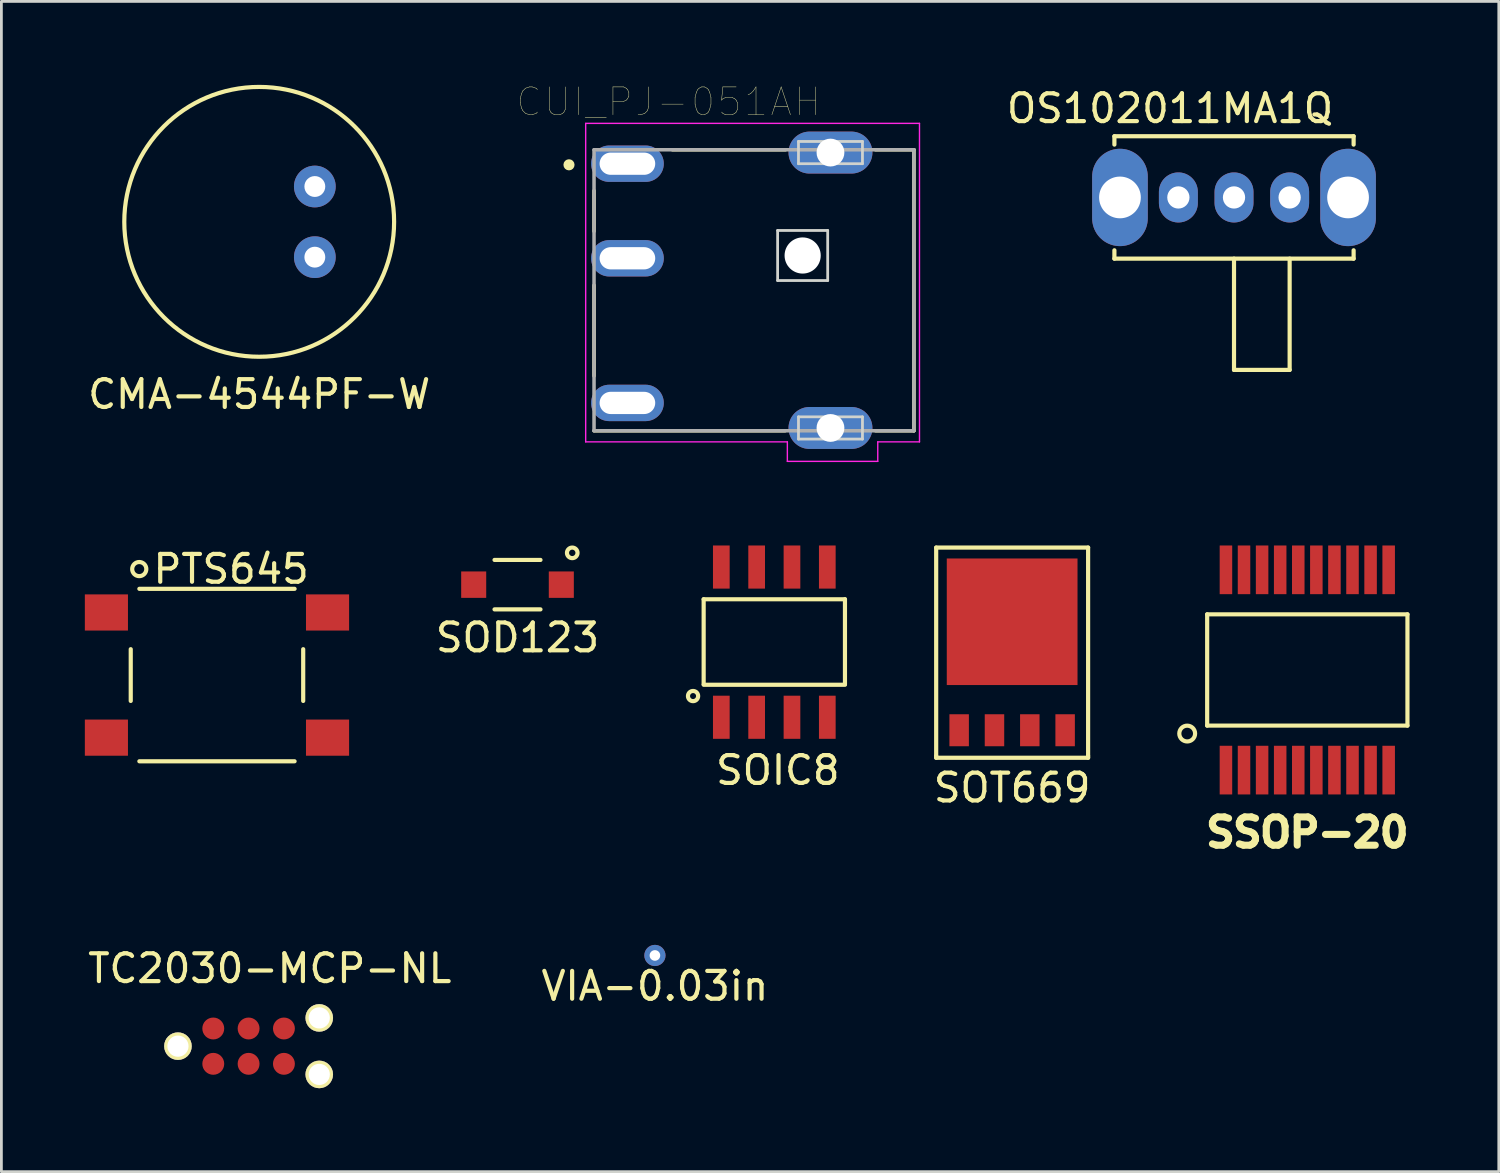
<source format=kicad_pcb>
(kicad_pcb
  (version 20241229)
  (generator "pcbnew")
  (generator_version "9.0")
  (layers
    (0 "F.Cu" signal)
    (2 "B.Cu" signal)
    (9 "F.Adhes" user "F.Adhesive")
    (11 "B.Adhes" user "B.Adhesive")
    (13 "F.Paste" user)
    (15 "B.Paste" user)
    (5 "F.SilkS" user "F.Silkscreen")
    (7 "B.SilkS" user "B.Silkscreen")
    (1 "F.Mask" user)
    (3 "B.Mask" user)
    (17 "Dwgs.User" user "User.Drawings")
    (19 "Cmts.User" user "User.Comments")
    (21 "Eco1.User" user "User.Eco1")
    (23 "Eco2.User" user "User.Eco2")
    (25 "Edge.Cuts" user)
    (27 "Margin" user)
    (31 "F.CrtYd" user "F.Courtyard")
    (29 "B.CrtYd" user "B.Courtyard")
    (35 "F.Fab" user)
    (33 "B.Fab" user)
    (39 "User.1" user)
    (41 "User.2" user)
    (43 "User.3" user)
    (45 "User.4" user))
  (footprint "SOD123"
    (layer "F.Cu")
    (at 15.554 17.968)
    (property "Reference" "SOD123" (at 0 1.905 0) (layer "F.SilkS") (effects (font (size 1 1) (thickness 0.15))))
    (attr through_hole)
    (fp_line (start -0.826 -0.889) (end 0.826 -0.889) (stroke (width 0.15) (type solid)) (layer "F.SilkS"))
    (fp_line (start 0.826 0.889) (end -0.826 0.889) (stroke (width 0.15) (type solid)) (layer "F.SilkS"))
    (fp_circle (center 1.968 -1.143) (end 1.968 -0.953) (stroke (width 0.15) (type solid)) (fill no) (layer "F.SilkS"))
    (pad "1" smd rect (at -1.575 0) (size 0.9 0.95) (layers "F.Cu" "F.Mask" "F.Paste"))
    (pad "2" smd rect (at 1.575 0) (size 0.9 0.95) (layers "F.Cu" "F.Mask" "F.Paste")))
  (footprint "SOT669"
    (layer "F.Cu")
    (at 33.336 19.302)
    (property "Reference" "SOT669" (at 0 5.969 0) (layer "F.SilkS") (effects (font (size 1 1) (thickness 0.15))))
    (attr through_hole)
    (fp_line (start -2.731 -2.667) (end -2.731 4.826) (stroke (width 0.15) (type solid)) (layer "F.SilkS"))
    (fp_line (start -2.731 -2.667) (end 2.731 -2.667) (stroke (width 0.15) (type solid)) (layer "F.SilkS"))
    (fp_line (start -2.731 4.889) (end -2.731 4.826) (stroke (width 0.15) (type solid)) (layer "F.SilkS"))
    (fp_line (start 2.731 -2.667) (end 2.731 4.826) (stroke (width 0.15) (type solid)) (layer "F.SilkS"))
    (fp_line (start 2.731 4.826) (end 2.731 4.889) (stroke (width 0.15) (type solid)) (layer "F.SilkS"))
    (fp_line (start 2.731 4.889) (end -2.731 4.889) (stroke (width 0.15) (type solid)) (layer "F.SilkS"))
    (pad "D" smd rect (at 0 0) (size 4.7 4.55) (layers "F.Cu" "F.Mask" "F.Paste"))
    (pad "G" smd rect (at 1.905 3.9) (size 0.7 1.15) (layers "F.Cu" "F.Mask" "F.Paste"))
    (pad "S" smd rect (at -1.905 3.9) (size 0.7 1.15) (layers "F.Cu" "F.Mask" "F.Paste"))
    (pad "S" smd rect (at -0.635 3.9) (size 0.7 1.15) (layers "F.Cu" "F.Mask" "F.Paste"))
    (pad "S" smd rect (at 0.635 3.9) (size 0.7 1.15) (layers "F.Cu" "F.Mask" "F.Paste")))
  (footprint "SOIC8"
    (layer "F.Cu")
    (at 22.881 22.735)
    (property "Reference" "SOIC8" (at 2.032 1.905 0) (layer "F.SilkS") (effects (font (size 1 1) (thickness 0.15))))
    (attr through_hole)
    (fp_line (start -0.635 -4.242) (end 4.445 -4.242) (stroke (width 0.15) (type solid)) (layer "F.SilkS"))
    (fp_line (start -0.635 -1.194) (end -0.635 -4.242) (stroke (width 0.15) (type solid)) (layer "F.SilkS"))
    (fp_line (start 4.445 -4.242) (end 4.445 -1.194) (stroke (width 0.15) (type solid)) (layer "F.SilkS"))
    (fp_line (start 4.445 -1.168) (end -0.635 -1.168) (stroke (width 0.15) (type solid)) (layer "F.SilkS"))
    (fp_circle (center -1.016 -0.762) (end -0.914 -0.61) (stroke (width 0.15) (type solid)) (fill no) (layer "F.SilkS"))
    (pad "1" smd rect (at 0 0) (size 0.6 1.55) (layers "F.Cu" "F.Mask" "F.Paste"))
    (pad "2" smd rect (at 1.27 0) (size 0.6 1.55) (layers "F.Cu" "F.Mask" "F.Paste"))
    (pad "3" smd rect (at 2.54 0) (size 0.6 1.55) (layers "F.Cu" "F.Mask" "F.Paste"))
    (pad "4" smd rect (at 3.81 0) (size 0.6 1.55) (layers "F.Cu" "F.Mask" "F.Paste"))
    (pad "5" smd rect (at 3.81 -5.4) (size 0.6 1.55) (layers "F.Cu" "F.Mask" "F.Paste"))
    (pad "6" smd rect (at 2.54 -5.4) (size 0.6 1.55) (layers "F.Cu" "F.Mask" "F.Paste"))
    (pad "7" smd rect (at 1.27 -5.4) (size 0.6 1.55) (layers "F.Cu" "F.Mask" "F.Paste"))
    (pad "8" smd rect (at 0 -5.4) (size 0.6 1.55) (layers "F.Cu" "F.Mask" "F.Paste")))
  (footprint "SSOP-20"
    (layer "F.Cu")
    (at 43.947 21.035)
    (property "Reference" "SSOP-20" (at 0 5.842 0) (layer "F.SilkS") (effects (font (size 1.016 1.016) (thickness 0.254))))
    (attr through_hole)
    (fp_line (start -3.6 -2) (end 3.6 -2) (stroke (width 0.15) (type solid)) (layer "F.SilkS"))
    (fp_line (start -3.6 2) (end -3.6 -2) (stroke (width 0.15) (type solid)) (layer "F.SilkS"))
    (fp_line (start 3.6 -2) (end 3.6 2) (stroke (width 0.15) (type solid)) (layer "F.SilkS"))
    (fp_line (start 3.6 2) (end -3.6 2) (stroke (width 0.15) (type solid)) (layer "F.SilkS"))
    (fp_circle (center -4.318 2.286) (end -4.191 2.54) (stroke (width 0.15) (type solid)) (fill no) (layer "F.SilkS"))
    (pad "1" smd rect (at -2.925 3.6) (size 0.45 1.75) (layers "F.Cu" "F.Mask" "F.Paste"))
    (pad "2" smd rect (at -2.275 3.6) (size 0.45 1.75) (layers "F.Cu" "F.Mask" "F.Paste"))
    (pad "3" smd rect (at -1.625 3.6) (size 0.45 1.75) (layers "F.Cu" "F.Mask" "F.Paste"))
    (pad "4" smd rect (at -0.975 3.6) (size 0.45 1.75) (layers "F.Cu" "F.Mask" "F.Paste"))
    (pad "5" smd rect (at -0.325 3.6) (size 0.45 1.75) (layers "F.Cu" "F.Mask" "F.Paste"))
    (pad "6" smd rect (at 0.325 3.6) (size 0.45 1.75) (layers "F.Cu" "F.Mask" "F.Paste"))
    (pad "7" smd rect (at 0.975 3.6) (size 0.45 1.75) (layers "F.Cu" "F.Mask" "F.Paste"))
    (pad "8" smd rect (at 1.625 3.6) (size 0.45 1.75) (layers "F.Cu" "F.Mask" "F.Paste"))
    (pad "9" smd rect (at 2.275 3.6) (size 0.45 1.75) (layers "F.Cu" "F.Mask" "F.Paste"))
    (pad "10" smd rect (at 2.925 3.6) (size 0.45 1.75) (layers "F.Cu" "F.Mask" "F.Paste"))
    (pad "11" smd rect (at 2.925 -3.6) (size 0.45 1.75) (layers "F.Cu" "F.Mask" "F.Paste"))
    (pad "12" smd rect (at 2.275 -3.6) (size 0.45 1.75) (layers "F.Cu" "F.Mask" "F.Paste"))
    (pad "13" smd rect (at 1.625 -3.6) (size 0.45 1.75) (layers "F.Cu" "F.Mask" "F.Paste"))
    (pad "14" smd rect (at 0.975 -3.6) (size 0.45 1.75) (layers "F.Cu" "F.Mask" "F.Paste"))
    (pad "15" smd rect (at 0.325 -3.6) (size 0.45 1.75) (layers "F.Cu" "F.Mask" "F.Paste"))
    (pad "16" smd rect (at -0.325 -3.6) (size 0.45 1.75) (layers "F.Cu" "F.Mask" "F.Paste"))
    (pad "17" smd rect (at -0.975 -3.6) (size 0.45 1.75) (layers "F.Cu" "F.Mask" "F.Paste"))
    (pad "18" smd rect (at -1.625 -3.6) (size 0.45 1.75) (layers "F.Cu" "F.Mask" "F.Paste"))
    (pad "19" smd rect (at -2.275 -3.6) (size 0.45 1.75) (layers "F.Cu" "F.Mask" "F.Paste"))
    (pad "20" smd rect (at -2.925 -3.6) (size 0.45 1.75) (layers "F.Cu" "F.Mask" "F.Paste")))
  (footprint "PTS645"
    (layer "F.Cu")
    (at 4.75 21.218)
    (property "Reference" "PTS645" (at 0.508 -3.81 0) (layer "F.SilkS") (effects (font (size 1 1) (thickness 0.15))))
    (attr through_hole)
    (fp_line (start -3.1 -0.93) (end -3.1 0.93) (stroke (width 0.15) (type solid)) (layer "F.SilkS"))
    (fp_line (start -2.79 -3.1) (end 2.79 -3.1) (stroke (width 0.15) (type solid)) (layer "F.SilkS"))
    (fp_line (start 2.79 3.1) (end -2.79 3.1) (stroke (width 0.15) (type solid)) (layer "F.SilkS"))
    (fp_line (start 3.1 -0.93) (end 3.1 0.93) (stroke (width 0.15) (type solid)) (layer "F.SilkS"))
    (fp_circle (center -2.794 -3.81) (end -2.794 -3.556) (stroke (width 0.15) (type solid)) (fill no) (layer "F.SilkS"))
    (pad "1" smd rect (at -3.975 -2.25) (size 1.55 1.3) (layers "F.Cu" "F.Mask" "F.Paste"))
    (pad "2" smd rect (at 3.975 -2.25) (size 1.55 1.3) (layers "F.Cu" "F.Mask" "F.Paste"))
    (pad "3" smd rect (at -3.975 2.25) (size 1.55 1.3) (layers "F.Cu" "F.Mask" "F.Paste"))
    (pad "4" smd rect (at 3.975 2.25) (size 1.55 1.3) (layers "F.Cu" "F.Mask" "F.Paste")))
  (footprint "OS102011MA1Q"
    (layer "F.Cu")
    (at 41.312 4.048)
    (property "Reference" "OS102011MA1Q" (at -2.3 -3.2 0) (layer "F.SilkS") (effects (font (size 1 1) (thickness 0.15))))
    (attr through_hole)
    (fp_line (start -4.3 -2.2) (end 4.3 -2.2) (stroke (width 0.15) (type solid)) (layer "F.SilkS"))
    (fp_line (start -4.3 -1.9) (end -4.3 -2.2) (stroke (width 0.15) (type solid)) (layer "F.SilkS"))
    (fp_line (start -4.3 1.9) (end -4.3 2.2) (stroke (width 0.15) (type solid)) (layer "F.SilkS"))
    (fp_line (start -4.3 2.2) (end 4.3 2.2) (stroke (width 0.15) (type solid)) (layer "F.SilkS"))
    (fp_line (start 0 6.2) (end 0 2.2) (stroke (width 0.15) (type solid)) (layer "F.SilkS"))
    (fp_line (start 2 2.2) (end 2 6.2) (stroke (width 0.15) (type solid)) (layer "F.SilkS"))
    (fp_line (start 2 6.2) (end 0 6.2) (stroke (width 0.15) (type solid)) (layer "F.SilkS"))
    (fp_line (start 4.3 -2.2) (end 4.3 -1.9) (stroke (width 0.15) (type solid)) (layer "F.SilkS"))
    (fp_line (start 4.3 2.2) (end 4.3 1.9) (stroke (width 0.15) (type solid)) (layer "F.SilkS"))
    (pad "" thru_hole oval (at -4.1 0) (size 2 3.5) (drill 1.5) (layers "*.Cu" "*.Mask"))
    (pad "" thru_hole oval (at 4.1 0) (size 2 3.5) (drill 1.5) (layers "*.Cu" "*.Mask"))
    (pad "1" thru_hole oval (at -2 0) (size 1.4 1.8) (drill 0.8) (layers "*.Cu" "*.Mask"))
    (pad "2" thru_hole oval (at 0 0) (size 1.4 1.8) (drill 0.8) (layers "*.Cu" "*.Mask"))
    (pad "3" thru_hole oval (at 2 0) (size 1.4 1.8) (drill 0.8) (layers "*.Cu" "*.Mask")))
  (footprint "CMA-4544PF-W"
    (layer "F.Cu")
    (at 6.268 4.925)
    (property "Reference" "CMA-4544PF-W" (at 0 6.2 0) (layer "F.SilkS") (effects (font (size 1 1) (thickness 0.15))))
    (attr through_hole)
    (fp_circle (center 0 0) (end 4.85 0) (stroke (width 0.15) (type solid)) (fill no) (layer "F.SilkS"))
    (pad "1" thru_hole circle (at 2 1.27) (size 1.5 1.5) (drill 0.75) (layers "*.Cu" "*.Mask"))
    (pad "2" thru_hole circle (at 2 -1.27) (size 1.5 1.5) (drill 0.75) (layers "*.Cu" "*.Mask")))
  (footprint "CUI_PJ-051AH"
    (layer "F.Cu")
    (at 24.055 7.385)
    (property "Reference" "CUI_PJ-051AH" (at -3.07 -6.773 0) (layer "F.SilkS") (effects (font (size 1 1) (thickness 0.015))))
    (attr through_hole)
    (fp_line (start -5.75 -2.12) (end -5.75 -3.58) (stroke (width 0.127) (type solid)) (layer "F.SilkS"))
    (fp_line (start -5.75 3.08) (end -5.75 -0.18) (stroke (width 0.127) (type solid)) (layer "F.SilkS"))
    (fp_line (start 1.12 5.05) (end -5.75 5.05) (stroke (width 0.127) (type solid)) (layer "F.SilkS"))
    (fp_line (start 1.13 -5.05) (end -2.93 -5.05) (stroke (width 0.127) (type solid)) (layer "F.SilkS"))
    (fp_line (start 5.75 -5.05) (end 4.37 -5.05) (stroke (width 0.127) (type solid)) (layer "F.SilkS"))
    (fp_line (start 5.75 -5.05) (end 5.75 5.05) (stroke (width 0.127) (type solid)) (layer "F.SilkS"))
    (fp_line (start 5.75 5.05) (end 4.37 5.05) (stroke (width 0.127) (type solid)) (layer "F.SilkS"))
    (fp_circle (center -6.65 -4.51) (end -6.55 -4.51) (stroke (width 0.2) (type solid)) (fill no) (layer "F.SilkS"))
    (fp_line (start 0.85 -2.15) (end 2.65 -2.15) (stroke (width 0.1) (type solid)) (layer "Edge.Cuts"))
    (fp_line (start 0.85 -0.35) (end 0.85 -2.15) (stroke (width 0.1) (type solid)) (layer "Edge.Cuts"))
    (fp_line (start 1.6 -5.35) (end 1.6 -4.55) (stroke (width 0.1) (type solid)) (layer "Edge.Cuts"))
    (fp_line (start 1.6 -4.55) (end 3.9 -4.55) (stroke (width 0.1) (type solid)) (layer "Edge.Cuts"))
    (fp_line (start 1.6 4.55) (end 3.9 4.55) (stroke (width 0.1) (type solid)) (layer "Edge.Cuts"))
    (fp_line (start 1.6 5.35) (end 1.6 4.55) (stroke (width 0.1) (type solid)) (layer "Edge.Cuts"))
    (fp_line (start 2.65 -2.15) (end 2.65 -0.35) (stroke (width 0.1) (type solid)) (layer "Edge.Cuts"))
    (fp_line (start 2.65 -0.35) (end 0.85 -0.35) (stroke (width 0.1) (type solid)) (layer "Edge.Cuts"))
    (fp_line (start 3.9 -5.35) (end 1.6 -5.35) (stroke (width 0.1) (type solid)) (layer "Edge.Cuts"))
    (fp_line (start 3.9 -4.55) (end 3.9 -5.35) (stroke (width 0.1) (type solid)) (layer "Edge.Cuts"))
    (fp_line (start 3.9 4.55) (end 3.9 5.35) (stroke (width 0.1) (type solid)) (layer "Edge.Cuts"))
    (fp_line (start 3.9 5.35) (end 1.6 5.35) (stroke (width 0.1) (type solid)) (layer "Edge.Cuts"))
    (fp_line (start -6.05 -6) (end -6.05 5.45) (stroke (width 0.05) (type solid)) (layer "F.CrtYd"))
    (fp_line (start 1.2 5.45) (end -6.05 5.45) (stroke (width 0.05) (type solid)) (layer "F.CrtYd"))
    (fp_line (start 1.2 5.45) (end 1.2 6.15) (stroke (width 0.05) (type solid)) (layer "F.CrtYd"))
    (fp_line (start 4.45 6.15) (end 1.2 6.15) (stroke (width 0.05) (type solid)) (layer "F.CrtYd"))
    (fp_line (start 4.45 6.15) (end 4.45 5.45) (stroke (width 0.05) (type solid)) (layer "F.CrtYd"))
    (fp_line (start 5.95 -6) (end -6.05 -6) (stroke (width 0.05) (type solid)) (layer "F.CrtYd"))
    (fp_line (start 5.95 5.45) (end 4.45 5.45) (stroke (width 0.05) (type solid)) (layer "F.CrtYd"))
    (fp_line (start 5.95 5.45) (end 5.95 -6) (stroke (width 0.05) (type solid)) (layer "F.CrtYd"))
    (fp_line (start -5.75 -5.05) (end 5.75 -5.05) (stroke (width 0.127) (type solid)) (layer "F.Fab"))
    (fp_line (start -5.75 5.05) (end -5.75 -5.05) (stroke (width 0.127) (type solid)) (layer "F.Fab"))
    (fp_line (start 5.75 -5.05) (end 5.75 5.05) (stroke (width 0.127) (type solid)) (layer "F.Fab"))
    (fp_line (start 5.75 5.05) (end -5.75 5.05) (stroke (width 0.127) (type solid)) (layer "F.Fab"))
    (pad "" np_thru_hole circle (at 1.75 -1.25) (size 1.3 1.3) (drill 1.3) (layers "*.Cu" "*.Mask"))
    (pad "1" thru_hole oval (at -4.55 -4.55) (size 2.616 1.308) (drill oval 2 0.8) (layers "*.Cu" "*.Mask"))
    (pad "2" thru_hole oval (at -4.55 4.05) (size 2.616 1.308) (drill oval 2 0.8) (layers "*.Cu" "*.Mask"))
    (pad "3" thru_hole oval (at -4.55 -1.15) (size 2.616 1.308) (drill oval 2 0.8) (layers "*.Cu" "*.Mask"))
    (pad "S1" thru_hole oval (at 2.75 -4.95) (size 3.016 1.508) (drill 1) (layers "*.Cu" "*.Mask"))
    (pad "S2" thru_hole oval (at 2.75 4.95) (size 3.016 1.508) (drill 1) (layers "*.Cu" "*.Mask")))
  (footprint "TC2030-MCP-NL"
    (layer "F.Cu")
    (at 3.347 34.559)
    (property "Reference" "TC2030-MCP-NL" (at 3.302 -2.794 0) (layer "F.SilkS") (effects (font (size 1 1) (thickness 0.15))))
    (attr through_hole)
    (pad "" np_thru_hole circle (at 0 0) (size 0.991 0.991) (drill 0.762) (layers "*.Cu" "*.Mask" "F.SilkS"))
    (pad "" np_thru_hole circle (at 5.08 -1.016) (size 0.991 0.991) (drill 0.762) (layers "*.Cu" "*.Mask" "F.SilkS"))
    (pad "" np_thru_hole circle (at 5.08 1.016) (size 0.991 0.991) (drill 0.762) (layers "*.Cu" "*.Mask" "F.SilkS"))
    (pad "1" smd circle (at 1.27 0.635) (size 0.787 0.787) (layers "F.Cu" "F.Mask"))
    (pad "2" smd circle (at 1.27 -0.635) (size 0.787 0.787) (layers "F.Cu" "F.Mask"))
    (pad "3" smd circle (at 2.54 0.635) (size 0.787 0.787) (layers "F.Cu" "F.Mask"))
    (pad "4" smd circle (at 2.54 -0.635) (size 0.787 0.787) (layers "F.Cu" "F.Mask"))
    (pad "5" smd circle (at 3.81 0.635) (size 0.787 0.787) (layers "F.Cu" "F.Mask"))
    (pad "6" smd circle (at 3.81 -0.635) (size 0.787 0.787) (layers "F.Cu" "F.Mask")))
  (footprint "VIA-0.03in"
    (layer "F.Cu")
    (at 20.494 31.298)
    (property "Reference" "VIA-0.03in" (at 0 1.1 0) (layer "F.SilkS") (effects (font (size 1 1) (thickness 0.15))))
    (attr through_hole)
    (pad "1" thru_hole circle (at 0 0) (size 0.762 0.762) (drill 0.381) (layers "*.Cu")))
  (gr_rect
    (start -3 -3)
    (end 50.831 39.071)
    (stroke (width 0.1) (type default))
    (fill no)
    (layer "Edge.Cuts")))
</source>
